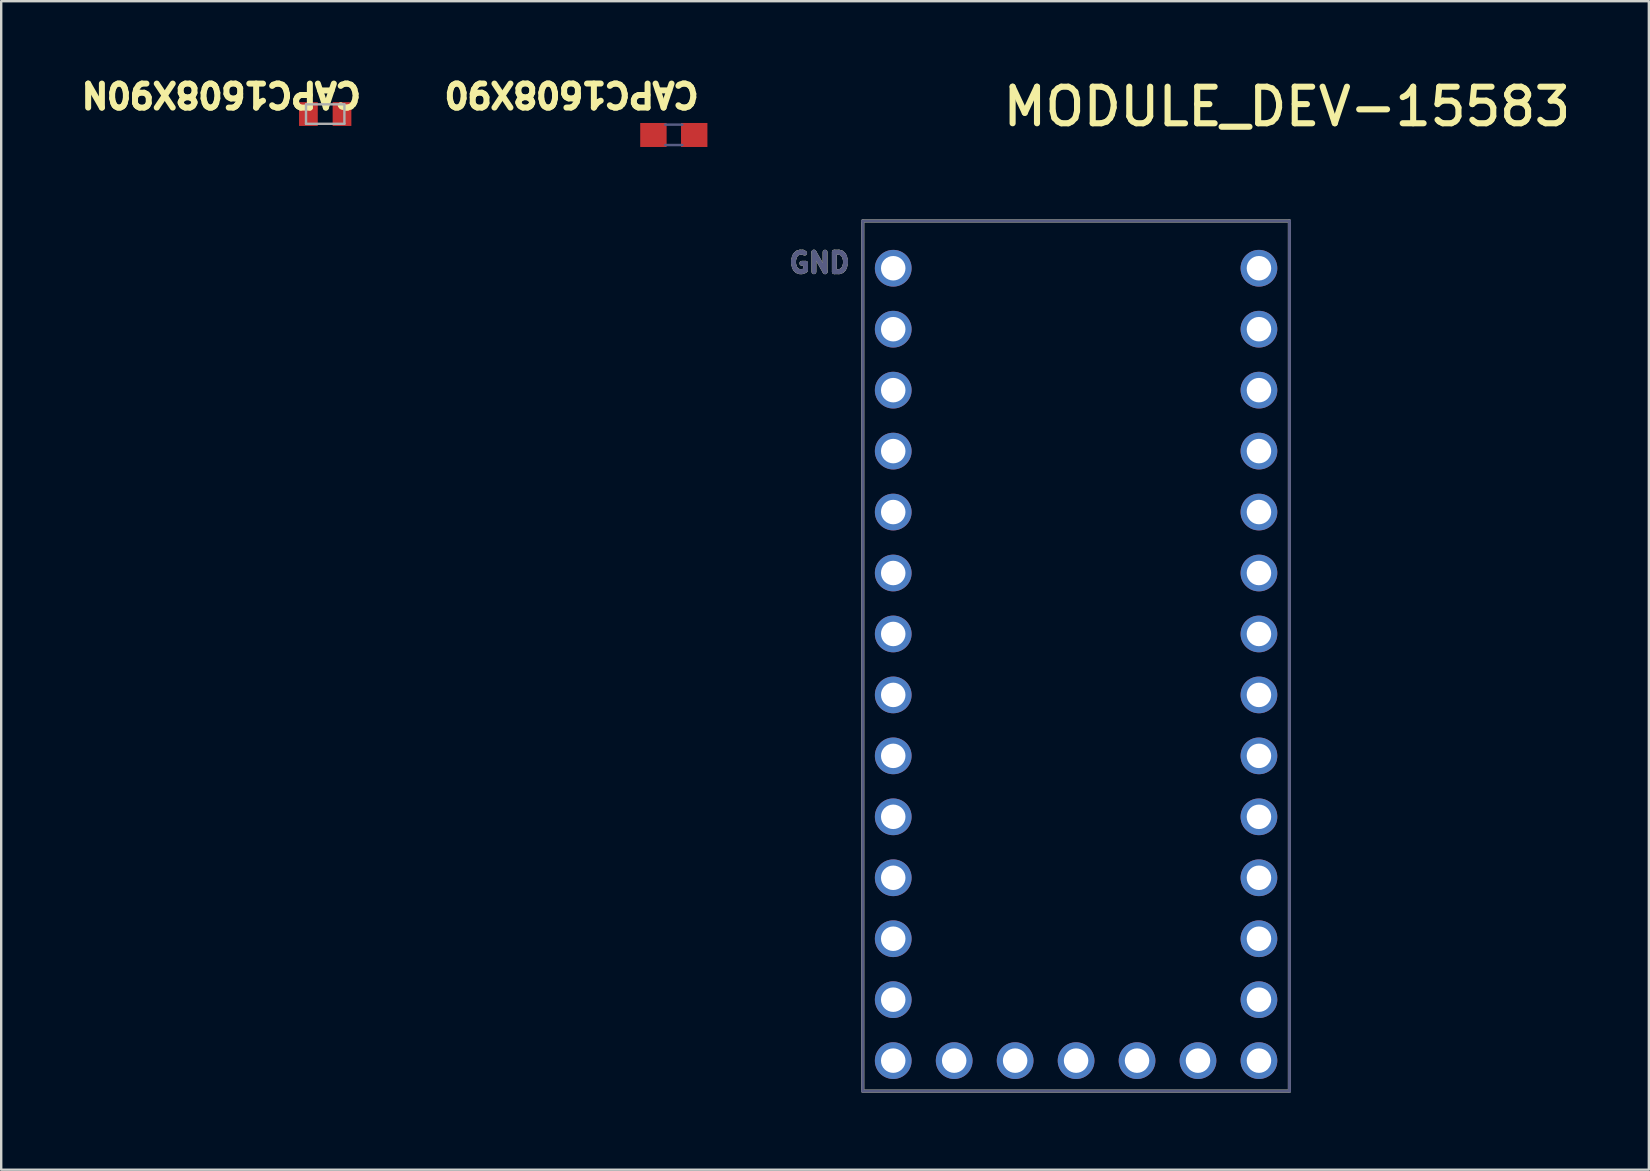
<source format=kicad_pcb>
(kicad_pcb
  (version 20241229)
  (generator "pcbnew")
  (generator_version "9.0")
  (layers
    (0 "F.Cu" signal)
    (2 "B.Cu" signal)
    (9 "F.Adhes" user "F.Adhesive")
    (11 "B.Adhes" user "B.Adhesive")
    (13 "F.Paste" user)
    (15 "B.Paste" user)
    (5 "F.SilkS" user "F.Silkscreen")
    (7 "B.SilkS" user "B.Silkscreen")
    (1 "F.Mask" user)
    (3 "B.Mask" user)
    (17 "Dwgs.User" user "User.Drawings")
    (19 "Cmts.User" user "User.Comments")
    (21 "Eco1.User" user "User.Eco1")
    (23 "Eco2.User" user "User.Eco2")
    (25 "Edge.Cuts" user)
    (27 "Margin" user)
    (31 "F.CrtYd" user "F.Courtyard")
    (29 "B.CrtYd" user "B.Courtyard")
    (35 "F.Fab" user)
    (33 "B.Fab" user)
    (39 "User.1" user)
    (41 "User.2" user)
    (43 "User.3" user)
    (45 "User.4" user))
  (footprint "MODULE_DEV-15583"
    (layer "F.Cu")
    (at 41.792 24.638)
    (property "Reference" "MODULE_DEV-15583" (at -3.175 -22.352 0) (unlocked yes) (layer "F.SilkS") (effects (font (size 1.524 1.524) (thickness 0.254)) (justify left bottom)))
    (fp_line (start -8.89 17.78) (end -8.89 -18.48) (stroke (width 0.127) (type solid)) (layer "F.SilkS"))
    (fp_line (start 8.89 -18.48) (end -8.89 -18.48) (stroke (width 0.127) (type solid)) (layer "F.SilkS"))
    (fp_line (start 8.89 17.78) (end -8.89 17.78) (stroke (width 0.127) (type solid)) (layer "F.SilkS"))
    (fp_line (start 8.89 17.78) (end 8.89 -18.48) (stroke (width 0.127) (type solid)) (layer "F.SilkS"))
    (fp_line (start -9.14 18.03) (end -9.14 -18.73) (stroke (width 0.05) (type solid)) (layer "Eco1.User"))
    (fp_line (start 9.14 -18.73) (end -9.14 -18.73) (stroke (width 0.05) (type solid)) (layer "Eco1.User"))
    (fp_line (start 9.14 18.03) (end -9.14 18.03) (stroke (width 0.05) (type solid)) (layer "Eco1.User"))
    (fp_line (start 9.14 18.03) (end 9.14 -18.73) (stroke (width 0.05) (type solid)) (layer "Eco1.User"))
    (fp_line (start -8.89 17.78) (end -8.89 -18.48) (stroke (width 0.127) (type solid)) (layer "B.Fab"))
    (fp_line (start 8.89 -18.48) (end -8.89 -18.48) (stroke (width 0.127) (type solid)) (layer "B.Fab"))
    (fp_line (start 8.89 17.78) (end -8.89 17.78) (stroke (width 0.127) (type solid)) (layer "B.Fab"))
    (fp_line (start 8.89 17.78) (end 8.89 -18.48) (stroke (width 0.127) (type solid)) (layer "B.Fab"))
    (fp_text user "GND" (at -12.065 -16.256 0) (unlocked yes) (layer "F.SilkS") (effects (font (size 0.813 0.813) (thickness 0.254)) (justify left bottom)))
    (fp_text user "GND" (at -12.065 -16.256 0) (unlocked yes) (layer "B.Fab") (effects (font (size 0.813 0.813) (thickness 0.254)) (justify left bottom)))
    (pad "" thru_hole circle (at 0 16.51) (size 1.53 1.53) (drill 1.02) (layers "*.Cu" "*.Mask"))
    (pad "0" thru_hole circle (at -7.62 -13.97) (size 1.53 1.53) (drill 1.02) (layers "*.Cu" "*.Mask"))
    (pad "1" thru_hole circle (at -7.62 -11.43) (size 1.53 1.53) (drill 1.02) (layers "*.Cu" "*.Mask"))
    (pad "2" thru_hole circle (at -7.62 -8.89) (size 1.53 1.53) (drill 1.02) (layers "*.Cu" "*.Mask"))
    (pad "3" thru_hole circle (at -7.62 -6.35) (size 1.53 1.53) (drill 1.02) (layers "*.Cu" "*.Mask"))
    (pad "3.3V_1" thru_hole circle (at -2.54 16.51) (size 1.53 1.53) (drill 1.02) (layers "*.Cu" "*.Mask"))
    (pad "3.3V_2" thru_hole circle (at 7.62 -11.43) (size 1.53 1.53) (drill 1.02) (layers "*.Cu" "*.Mask"))
    (pad "4" thru_hole circle (at -7.62 -3.81) (size 1.53 1.53) (drill 1.02) (layers "*.Cu" "*.Mask"))
    (pad "5" thru_hole circle (at -7.62 -1.27) (size 1.53 1.53) (drill 1.02) (layers "*.Cu" "*.Mask"))
    (pad "6" thru_hole circle (at -7.62 1.27) (size 1.53 1.53) (drill 1.02) (layers "*.Cu" "*.Mask"))
    (pad "7" thru_hole circle (at -7.62 3.81) (size 1.53 1.53) (drill 1.02) (layers "*.Cu" "*.Mask"))
    (pad "8" thru_hole circle (at -7.62 6.35) (size 1.53 1.53) (drill 1.02) (layers "*.Cu" "*.Mask"))
    (pad "9" thru_hole circle (at -7.62 8.89) (size 1.53 1.53) (drill 1.02) (layers "*.Cu" "*.Mask"))
    (pad "10" thru_hole circle (at -7.62 11.43) (size 1.53 1.53) (drill 1.02) (layers "*.Cu" "*.Mask"))
    (pad "11" thru_hole circle (at -7.62 13.97) (size 1.53 1.53) (drill 1.02) (layers "*.Cu" "*.Mask"))
    (pad "12" thru_hole circle (at -7.62 16.51) (size 1.53 1.53) (drill 1.02) (layers "*.Cu" "*.Mask"))
    (pad "13" thru_hole circle (at 7.62 16.51) (size 1.53 1.53) (drill 1.02) (layers "*.Cu" "*.Mask"))
    (pad "14" thru_hole circle (at 7.62 13.97) (size 1.53 1.53) (drill 1.02) (layers "*.Cu" "*.Mask"))
    (pad "15" thru_hole circle (at 7.62 11.43) (size 1.53 1.53) (drill 1.02) (layers "*.Cu" "*.Mask"))
    (pad "16" thru_hole circle (at 7.62 8.89) (size 1.53 1.53) (drill 1.02) (layers "*.Cu" "*.Mask"))
    (pad "17" thru_hole circle (at 7.62 6.35) (size 1.53 1.53) (drill 1.02) (layers "*.Cu" "*.Mask"))
    (pad "18" thru_hole circle (at 7.62 3.81) (size 1.53 1.53) (drill 1.02) (layers "*.Cu" "*.Mask"))
    (pad "19" thru_hole circle (at 7.62 1.27) (size 1.53 1.53) (drill 1.02) (layers "*.Cu" "*.Mask"))
    (pad "20" thru_hole circle (at 7.62 -1.27) (size 1.53 1.53) (drill 1.02) (layers "*.Cu" "*.Mask"))
    (pad "21" thru_hole circle (at 7.62 -3.81) (size 1.53 1.53) (drill 1.02) (layers "*.Cu" "*.Mask"))
    (pad "22" thru_hole circle (at 7.62 -6.35) (size 1.53 1.53) (drill 1.02) (layers "*.Cu" "*.Mask"))
    (pad "23" thru_hole circle (at 7.62 -8.89) (size 1.53 1.53) (drill 1.02) (layers "*.Cu" "*.Mask"))
    (pad "G1" thru_hole circle (at -7.62 -16.51) (size 1.53 1.53) (drill 1.02) (layers "*.Cu" "*.Mask"))
    (pad "G3" thru_hole circle (at 7.62 -13.97) (size 1.53 1.53) (drill 1.02) (layers "*.Cu" "*.Mask"))
    (pad "ON-OFF" thru_hole circle (at 5.08 16.51) (size 1.53 1.53) (drill 1.02) (layers "*.Cu" "*.Mask"))
    (pad "PGM" thru_hole circle (at 2.54 16.51) (size 1.53 1.53) (drill 1.02) (layers "*.Cu" "*.Mask"))
    (pad "VBAT" thru_hole circle (at -5.08 16.51) (size 1.53 1.53) (drill 1.02) (layers "*.Cu" "*.Mask"))
    (pad "VIN" thru_hole circle (at 7.62 -16.51) (size 1.53 1.53) (drill 1.02) (layers "*.Cu" "*.Mask")))
  (footprint "CAPC1608X90N"
    (layer "F.Cu")
    (at 10.502 1.703)
    (property "Reference" "CAPC1608X90N" (at 1.62 -1.405 180) (unlocked yes) (layer "F.SilkS") (effects (font (size 1 1) (thickness 0.254)) (justify left bottom)))
    (fp_line (start -1.24 -0.65) (end -1.24 0.65) (stroke (width 0.05) (type solid)) (layer "Eco1.User"))
    (fp_line (start -1.24 -0.65) (end 1.24 -0.65) (stroke (width 0.05) (type solid)) (layer "Eco1.User"))
    (fp_line (start -1.24 0.65) (end 1.24 0.65) (stroke (width 0.05) (type solid)) (layer "Eco1.User"))
    (fp_line (start 1.24 -0.65) (end 1.24 0.65) (stroke (width 0.05) (type solid)) (layer "Eco1.User"))
    (fp_line (start -0.8 -0.405) (end -0.8 0.405) (stroke (width 0.1) (type solid)) (layer "F.Fab"))
    (fp_line (start -0.8 -0.405) (end 0.8 -0.405) (stroke (width 0.1) (type solid)) (layer "F.Fab"))
    (fp_line (start -0.8 0.405) (end 0.8 0.405) (stroke (width 0.1) (type solid)) (layer "F.Fab"))
    (fp_line (start 0.8 -0.405) (end 0.8 0.405) (stroke (width 0.1) (type solid)) (layer "F.Fab"))
    (pad "1" smd rect (at -0.7 0 270) (size 0.99 0.78) (layers "F.Cu" "F.Mask" "F.Paste"))
    (pad "2" smd rect (at 0.7 0 270) (size 0.99 0.78) (layers "F.Cu" "F.Mask" "F.Paste")))
  (footprint "CAPC1608X90"
    (layer "F.Cu")
    (at 25.029 2.575)
    (property "Reference" "CAPC1608X90" (at 1.166 -2.278 180) (unlocked yes) (layer "F.SilkS") (effects (font (size 1 1) (thickness 0.254)) (justify left bottom)))
    (fp_line (start -1.673 -0.783) (end -1.673 0.783) (stroke (width 0.051) (type solid)) (layer "Eco1.User"))
    (fp_line (start 1.673 -0.783) (end -1.673 -0.783) (stroke (width 0.051) (type solid)) (layer "Eco1.User"))
    (fp_line (start 1.673 -0.783) (end 1.673 0.783) (stroke (width 0.051) (type solid)) (layer "Eco1.User"))
    (fp_line (start 1.673 0.783) (end -1.673 0.783) (stroke (width 0.051) (type solid)) (layer "Eco1.User"))
    (fp_line (start 0.356 -0.432) (end -0.356 -0.432) (stroke (width 0.102) (type solid)) (layer "B.Fab"))
    (fp_line (start 0.356 0.419) (end -0.356 0.419) (stroke (width 0.102) (type solid)) (layer "B.Fab"))
    (pad "1" smd rect (at -0.85 0) (size 1.1 1) (layers "F.Cu" "F.Mask" "F.Paste"))
    (pad "2" smd rect (at 0.85 0) (size 1.1 1) (layers "F.Cu" "F.Mask" "F.Paste")))
  (gr_rect
    (start -3 -3)
    (end 65.66 45.693)
    (stroke (width 0.1) (type default))
    (fill no)
    (layer "Edge.Cuts")))
</source>
